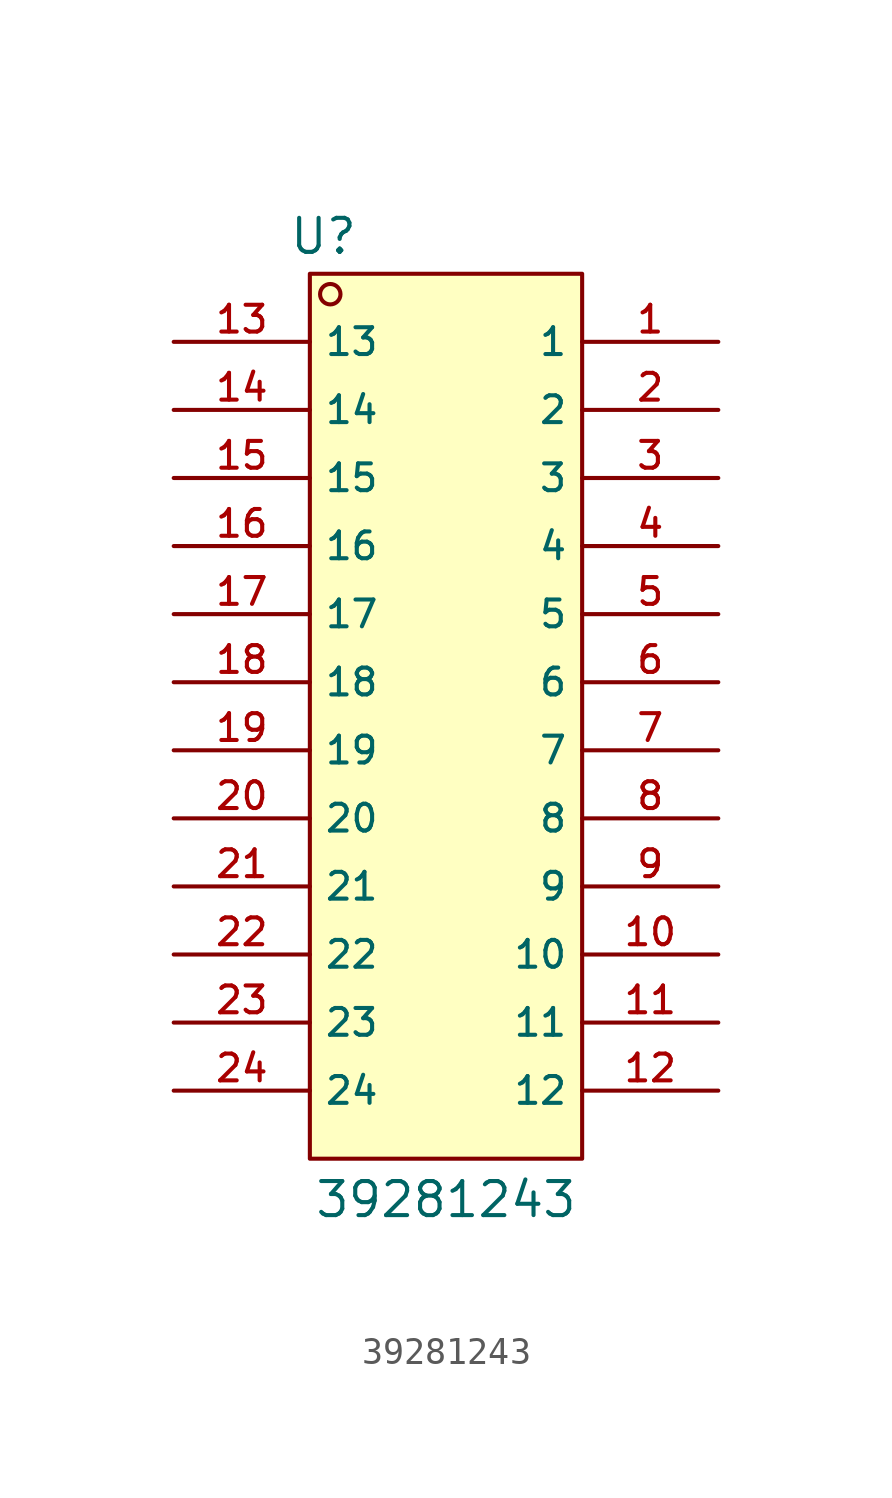
<source format=kicad_sym>
(kicad_symbol_lib
  (version 20220914)
  (generator kicad_symbol_editor)
  (symbol "39281243"
    (property "Reference" "U"
      (at -4.826 14.224 0)
      (effects (font (size 1.27 1.27))))
    (property "Value" "39281243"
      (at -0.254 -21.717 0)
      (effects (font (size 1.27 1.27))))
    (symbol "39281243_0_1"
      (rectangle (start -5.334 12.827) (end 4.826 -20.193) (stroke (width 0) (type default)) (fill (type background)))
      (circle (center -4.572 12.065) (radius 0.381) (stroke (width 0) (type default)) (fill (type background)))
      (pin unspecified line (at 9.906 10.287 180) (length 5.08) (name "1" (effects (font (size 1 1)))) (number "1" (effects (font (size 1 1)))))
      (pin unspecified line (at 9.906 -12.573 180) (length 5.08) (name "10" (effects (font (size 1 1)))) (number "10" (effects (font (size 1 1)))))
      (pin unspecified line (at 9.906 -15.113 180) (length 5.08) (name "11" (effects (font (size 1 1)))) (number "11" (effects (font (size 1 1)))))
      (pin unspecified line (at 9.906 -17.653 180) (length 5.08) (name "12" (effects (font (size 1 1)))) (number "12" (effects (font (size 1 1)))))
      (pin unspecified line (at -10.414 10.287 0) (length 5.08) (name "13" (effects (font (size 1 1)))) (number "13" (effects (font (size 1 1)))))
      (pin unspecified line (at -10.414 7.747 0) (length 5.08) (name "14" (effects (font (size 1 1)))) (number "14" (effects (font (size 1 1)))))
      (pin unspecified line (at -10.414 5.207 0) (length 5.08) (name "15" (effects (font (size 1 1)))) (number "15" (effects (font (size 1 1)))))
      (pin unspecified line (at -10.414 2.667 0) (length 5.08) (name "16" (effects (font (size 1 1)))) (number "16" (effects (font (size 1 1)))))
      (pin unspecified line (at -10.414 0.127 0) (length 5.08) (name "17" (effects (font (size 1 1)))) (number "17" (effects (font (size 1 1)))))
      (pin unspecified line (at -10.414 -2.413 0) (length 5.08) (name "18" (effects (font (size 1 1)))) (number "18" (effects (font (size 1 1)))))
      (pin unspecified line (at -10.414 -4.953 0) (length 5.08) (name "19" (effects (font (size 1 1)))) (number "19" (effects (font (size 1 1)))))
      (pin unspecified line (at 9.906 7.747 180) (length 5.08) (name "2" (effects (font (size 1 1)))) (number "2" (effects (font (size 1 1)))))
      (pin unspecified line (at -10.414 -7.493 0) (length 5.08) (name "20" (effects (font (size 1 1)))) (number "20" (effects (font (size 1 1)))))
      (pin unspecified line (at -10.414 -10.033 0) (length 5.08) (name "21" (effects (font (size 1 1)))) (number "21" (effects (font (size 1 1)))))
      (pin unspecified line (at -10.414 -12.573 0) (length 5.08) (name "22" (effects (font (size 1 1)))) (number "22" (effects (font (size 1 1)))))
      (pin unspecified line (at -10.414 -15.113 0) (length 5.08) (name "23" (effects (font (size 1 1)))) (number "23" (effects (font (size 1 1)))))
      (pin unspecified line (at -10.414 -17.653 0) (length 5.08) (name "24" (effects (font (size 1 1)))) (number "24" (effects (font (size 1 1)))))
      (pin unspecified line (at 9.906 5.207 180) (length 5.08) (name "3" (effects (font (size 1 1)))) (number "3" (effects (font (size 1 1)))))
      (pin unspecified line (at 9.906 2.667 180) (length 5.08) (name "4" (effects (font (size 1 1)))) (number "4" (effects (font (size 1 1)))))
      (pin unspecified line (at 9.906 0.127 180) (length 5.08) (name "5" (effects (font (size 1 1)))) (number "5" (effects (font (size 1 1)))))
      (pin unspecified line (at 9.906 -2.413 180) (length 5.08) (name "6" (effects (font (size 1 1)))) (number "6" (effects (font (size 1 1)))))
      (pin unspecified line (at 9.906 -4.953 180) (length 5.08) (name "7" (effects (font (size 1 1)))) (number "7" (effects (font (size 1 1)))))
      (pin unspecified line (at 9.906 -7.493 180) (length 5.08) (name "8" (effects (font (size 1 1)))) (number "8" (effects (font (size 1 1)))))
      (pin unspecified line (at 9.906 -10.033 180) (length 5.08) (name "9" (effects (font (size 1 1)))) (number "9" (effects (font (size 1 1))))))))
</source>
